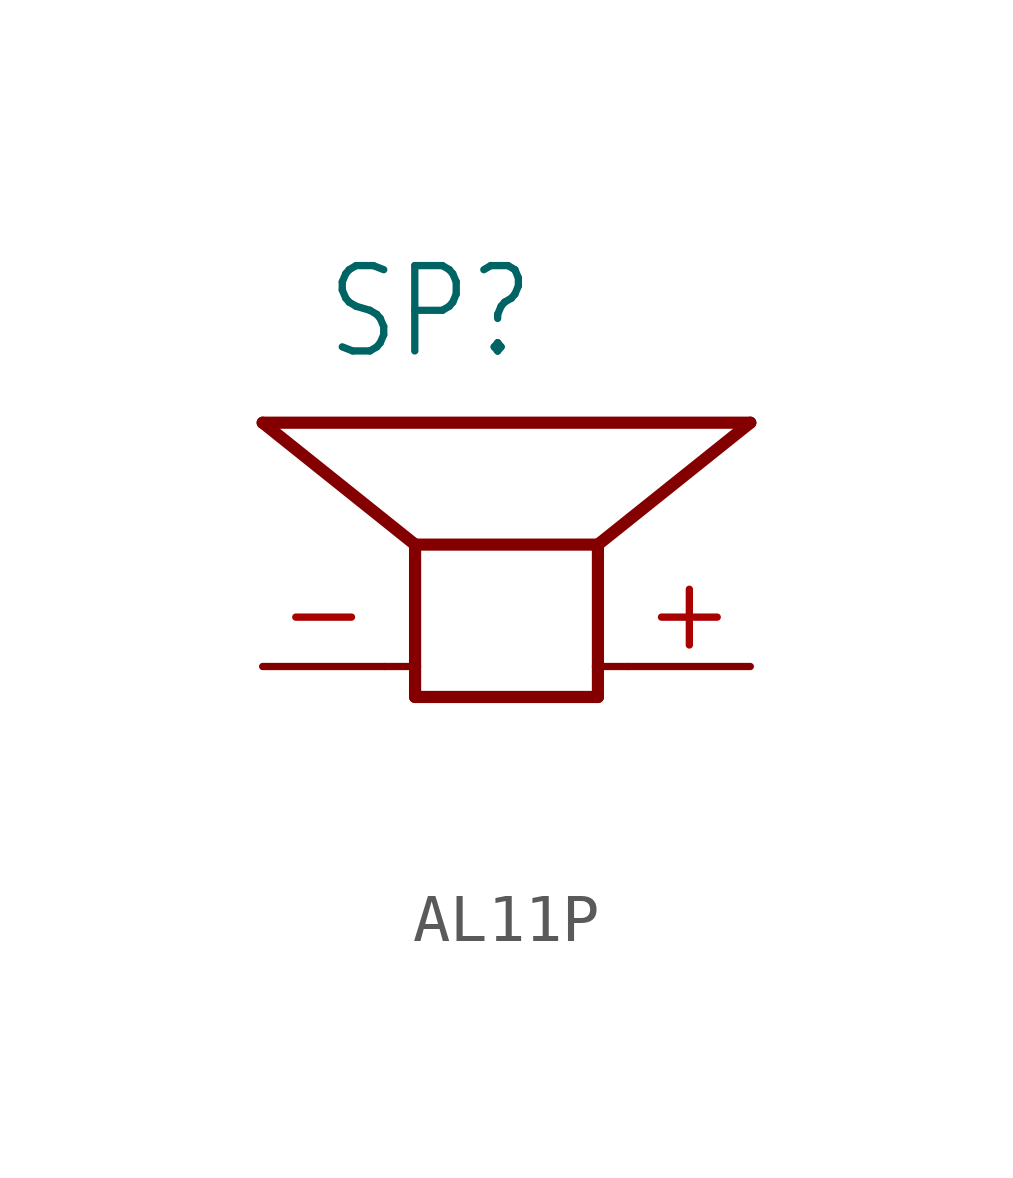
<source format=kicad_sym>
(kicad_symbol_lib
  (version 20241209)
  (generator "kicad_symbol_editor")
  (generator_version "9.0")
  (symbol "AL11P"
    (property "Reference" "SP"
      (at -3.81 6.35 0)
      (effects (font (size 1.778 1.511)) (justify left bottom)))
    (property "Value" ""
      (at -3.81 -3.175 0)
      (effects (font (size 1.778 1.511)) (justify left bottom)))
    (property "ki_locked" ""
      (at 0 0 0)
      (effects (font (size 1.27 1.27))))
    (symbol "AL11P_1_0"
      (polyline (pts (xy -2.54 0) (xy -1.905 0)) (stroke (width 0.152) (type solid)) (fill (type none)))
      (polyline (pts (xy -1.905 2.54) (xy -5.08 5.08)) (stroke (width 0.254) (type solid)) (fill (type none)))
      (polyline (pts (xy -1.905 0) (xy -1.905 2.54)) (stroke (width 0.254) (type solid)) (fill (type none)))
      (polyline (pts (xy -1.905 -0.635) (xy -1.905 0)) (stroke (width 0.254) (type solid)) (fill (type none)))
      (polyline (pts (xy -1.905 -0.635) (xy 1.905 -0.635)) (stroke (width 0.254) (type solid)) (fill (type none)))
      (polyline (pts (xy 1.905 2.54) (xy -1.905 2.54)) (stroke (width 0.254) (type solid)) (fill (type none)))
      (polyline (pts (xy 1.905 2.54) (xy 5.08 5.08)) (stroke (width 0.254) (type solid)) (fill (type none)))
      (polyline (pts (xy 1.905 0) (xy 1.905 2.54)) (stroke (width 0.254) (type solid)) (fill (type none)))
      (polyline (pts (xy 1.905 -0.635) (xy 1.905 0)) (stroke (width 0.254) (type solid)) (fill (type none)))
      (polyline (pts (xy 2.54 0) (xy 1.905 0)) (stroke (width 0.152) (type solid)) (fill (type none)))
      (polyline (pts (xy 5.08 5.08) (xy -5.08 5.08)) (stroke (width 0.254) (type solid)) (fill (type none)))
      (pin passive line (at -5.08 0 0) (length 2.54) (name "1" (effects (font (size 0 0)))) (number "-" (effects (font (size 1.524 1.524)))))
      (pin passive line (at 5.08 0 180) (length 2.54) (name "2" (effects (font (size 0 0)))) (number "+" (effects (font (size 1.524 1.524))))))))
</source>
